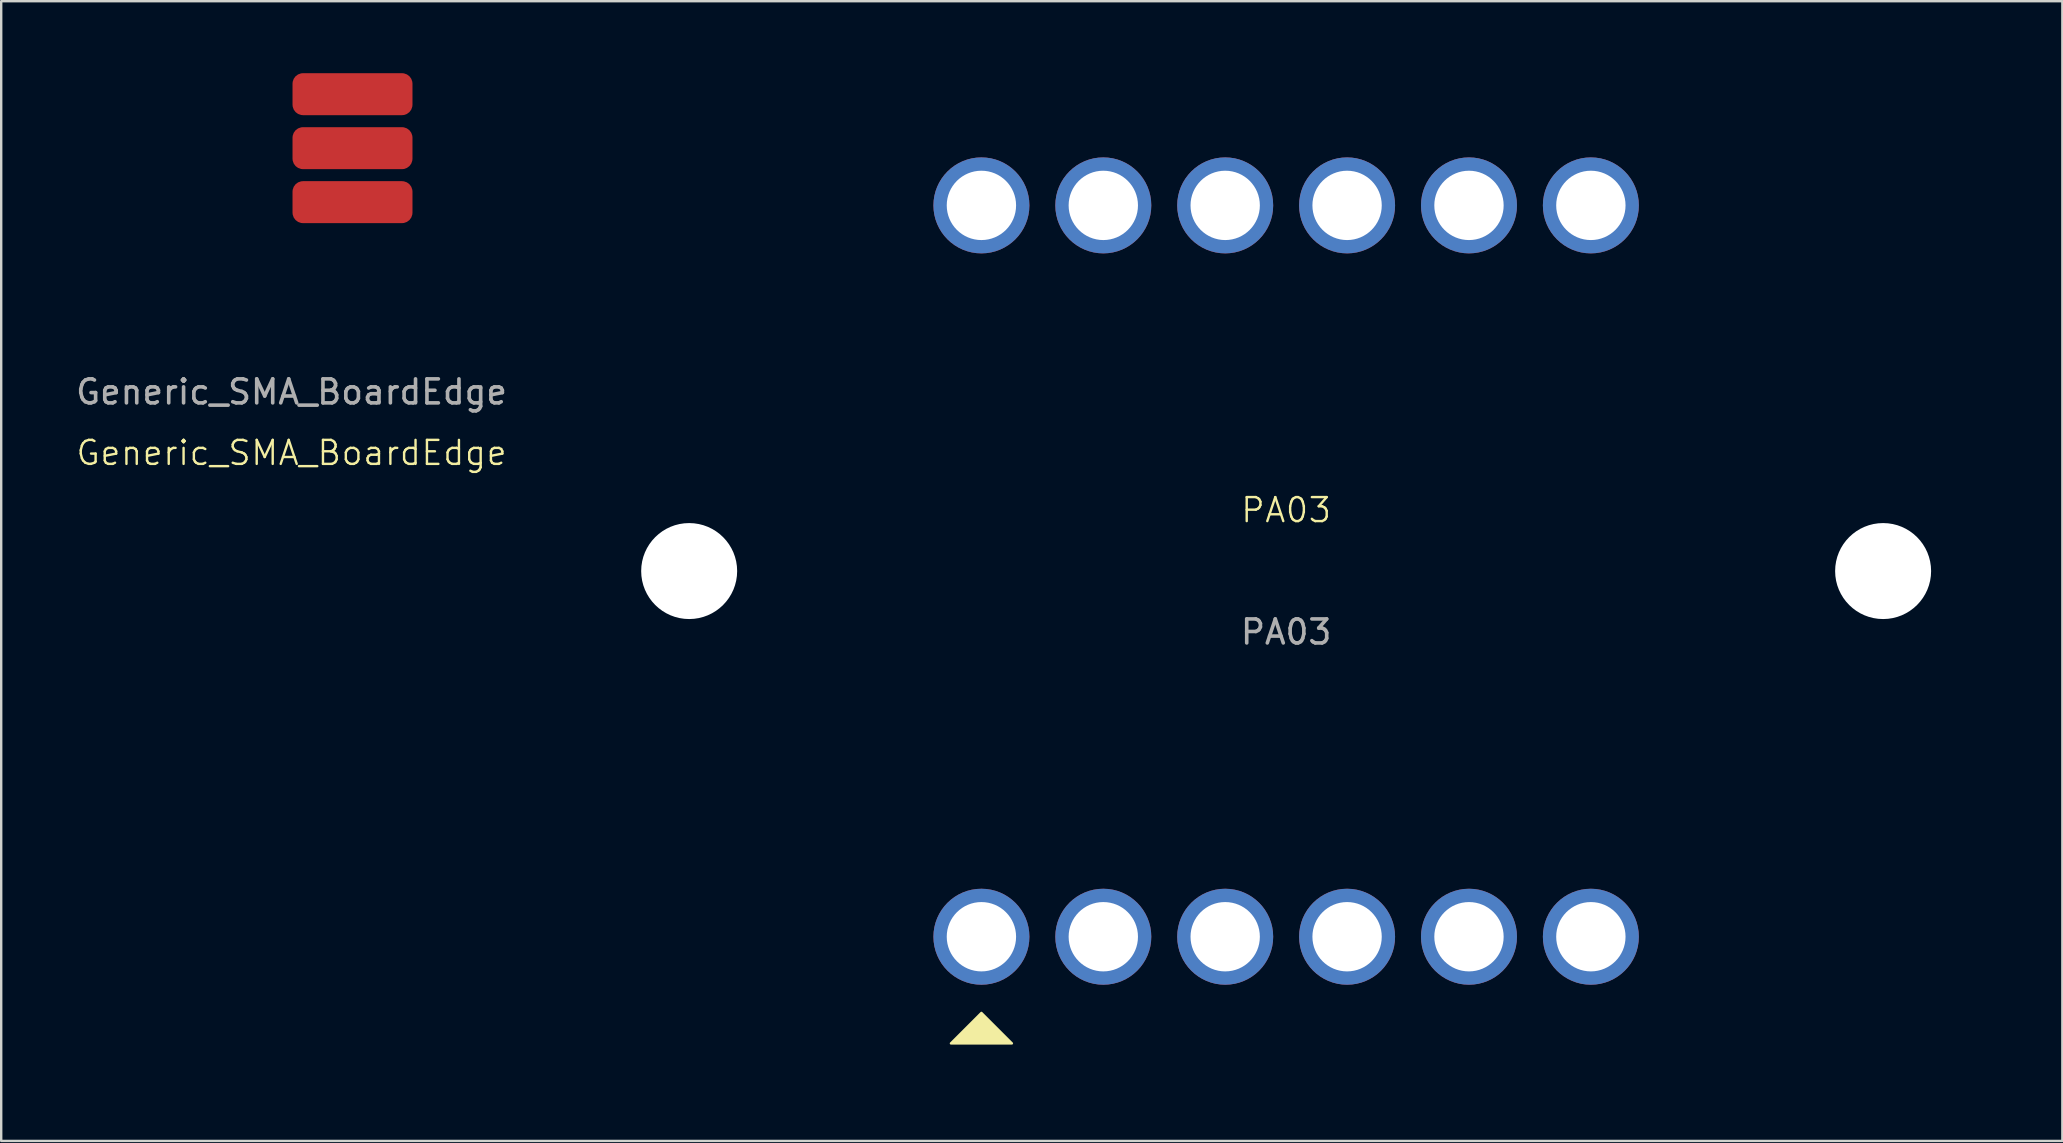
<source format=kicad_pcb>
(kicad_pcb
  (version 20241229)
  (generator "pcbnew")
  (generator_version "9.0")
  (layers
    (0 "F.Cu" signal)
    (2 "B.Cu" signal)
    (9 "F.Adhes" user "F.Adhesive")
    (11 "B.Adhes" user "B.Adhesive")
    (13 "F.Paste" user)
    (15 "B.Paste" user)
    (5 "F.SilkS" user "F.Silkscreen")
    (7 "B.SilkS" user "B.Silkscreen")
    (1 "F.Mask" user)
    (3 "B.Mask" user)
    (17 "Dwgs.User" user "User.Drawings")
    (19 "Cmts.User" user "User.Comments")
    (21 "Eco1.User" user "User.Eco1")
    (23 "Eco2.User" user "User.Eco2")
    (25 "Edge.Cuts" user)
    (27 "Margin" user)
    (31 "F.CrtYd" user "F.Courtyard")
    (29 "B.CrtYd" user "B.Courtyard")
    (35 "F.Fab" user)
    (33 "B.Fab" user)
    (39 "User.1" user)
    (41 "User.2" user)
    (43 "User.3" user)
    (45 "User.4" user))
  (footprint "PA03"
    (layer "F.Cu")
    (at 50.552 20.75)
    (property "Reference" "PA03" (at 0 -2.54 0) (unlocked yes) (layer "F.SilkS") (effects (font (size 1 1) (thickness 0.1))))
    (attr through_hole)
    (fp_poly (pts (xy -12.7 18.415) (xy -13.97 19.685) (xy -11.43 19.685)) (stroke (width 0.1) (type solid)) (fill yes) (layer "F.SilkS"))
    (fp_line (start -29.3 -3) (end -29.3 3) (stroke (width 0.1) (type default)) (layer "Eco1.User"))
    (fp_line (start -20.45 -20.7) (end 20.461 -20.7) (stroke (width 0.1) (type default)) (layer "Eco1.User"))
    (fp_line (start -20.45 20.7) (end 20.45 20.7) (stroke (width 0.1) (type default)) (layer "Eco1.User"))
    (fp_line (start 29.3 -3) (end 29.3 3) (stroke (width 0.1) (type default)) (layer "Eco1.User"))
    (fp_text user "${REFERENCE}" (at 0 2.54 0) (unlocked yes) (layer "F.Fab") (effects (font (size 1 1) (thickness 0.15))))
    (pad "" np_thru_hole circle (at -24.88 0) (size 4 4) (drill 4) (layers "*.Cu" "*.Mask"))
    (pad "" np_thru_hole circle (at 24.88 0) (size 4 4) (drill 4) (layers "*.Cu" "*.Mask"))
    (pad "1" thru_hole circle (at -12.7 15.24 90) (size 4 4) (drill 2.89) (layers "*.Cu" "*.Mask"))
    (pad "2" thru_hole circle (at -7.62 15.24 90) (size 4 4) (drill 2.89) (layers "*.Cu" "*.Mask"))
    (pad "3" thru_hole circle (at -2.54 15.24 90) (size 4 4) (drill 2.89) (layers "*.Cu" "*.Mask"))
    (pad "4" thru_hole circle (at 2.54 15.24 90) (size 4 4) (drill 2.89) (layers "*.Cu" "*.Mask"))
    (pad "5" thru_hole circle (at 7.62 15.24 90) (size 4 4) (drill 2.89) (layers "*.Cu" "*.Mask"))
    (pad "6" thru_hole circle (at 12.7 15.24 90) (size 4 4) (drill 2.89) (layers "*.Cu" "*.Mask"))
    (pad "7" thru_hole circle (at 12.7 -15.24 90) (size 4 4) (drill 2.89) (layers "*.Cu" "*.Mask"))
    (pad "8" thru_hole circle (at 7.62 -15.24 90) (size 4 4) (drill 2.89) (layers "*.Cu" "*.Mask"))
    (pad "9" thru_hole circle (at 2.54 -15.24 90) (size 4 4) (drill 2.89) (layers "*.Cu" "*.Mask"))
    (pad "10" thru_hole circle (at -2.54 -15.24 90) (size 4 4) (drill 2.89) (layers "*.Cu" "*.Mask"))
    (pad "11" thru_hole circle (at -7.62 -15.24 90) (size 4 4) (drill 2.89) (layers "*.Cu" "*.Mask"))
    (pad "12" thru_hole circle (at -12.7 -15.24 90) (size 4 4) (drill 2.89) (layers "*.Cu" "*.Mask")))
  (footprint "Generic_SMA_BoardEdge"
    (layer "F.Cu")
    (at 11.641 3.125)
    (property "Reference" "Generic_SMA_BoardEdge" (at -2.54 12.7 0) (unlocked yes) (layer "F.SilkS") (effects (font (size 1 1) (thickness 0.1))))
    (attr smd)
    (fp_text user "${REFERENCE}" (at -2.54 10.16 0) (unlocked yes) (layer "F.Fab") (effects (font (size 1 1) (thickness 0.15))))
    (pad "1" smd roundrect (at 0 0) (size 5 1.75) (layers "F.Cu" "F.Mask" "F.Paste") (roundrect_rratio 0.25))
    (pad "2" smd roundrect (at 0 -2.25) (size 5 1.75) (layers "F.Cu" "F.Mask" "F.Paste") (roundrect_rratio 0.25))
    (pad "2" smd roundrect (at 0 2.25) (size 5 1.75) (layers "F.Cu" "F.Mask" "F.Paste") (roundrect_rratio 0.25)))
  (gr_rect
    (start -3 -3)
    (end 82.902 44.5)
    (stroke (width 0.1) (type default))
    (fill no)
    (layer "Edge.Cuts")))
</source>
